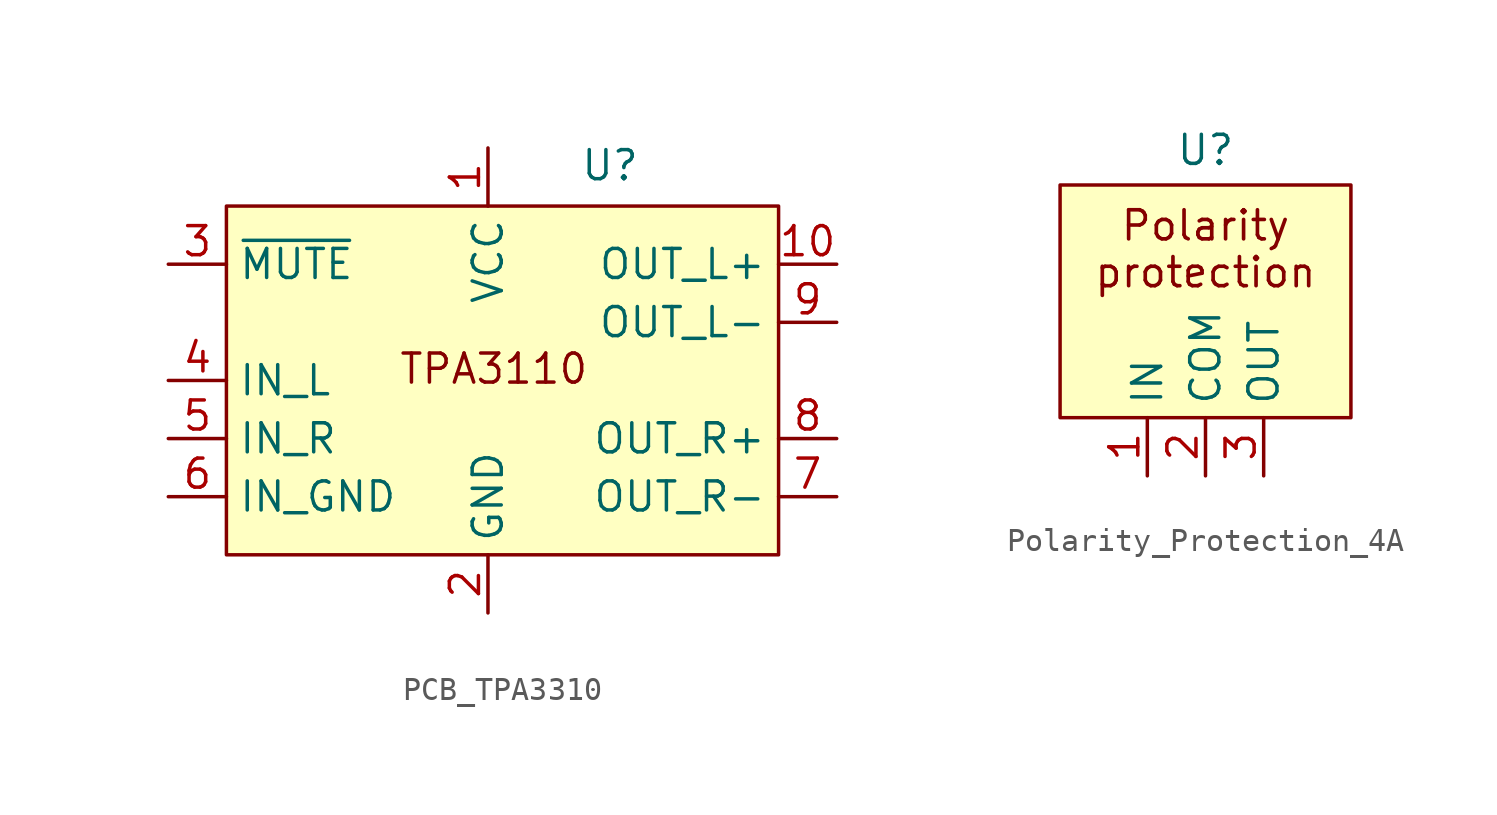
<source format=kicad_sym>
(kicad_symbol_lib
  (version 20241209)
  (generator "kicad_symbol_editor")
  (generator_version "9.0")
  (symbol "PCB_TPA3310"
    (property "Reference" "U"
      (at 5.334 13.208 0)
      (effects (font (size 1.27 1.27))))
    (property "Value" ""
      (at 0 0 0)
      (effects (font (size 1.27 1.27))))
    (symbol "PCB_TPA3310_1_1"
      (rectangle (start -11.43 11.43) (end 12.7 -3.81) (stroke (width 0) (type solid)) (fill (type background)))
      (text "TPA3110" (at 0.254 4.318 0) (effects (font (size 1.27 1.27))))
      (pin input line (at -13.97 8.89 0) (length 2.54) (name "~{MUTE}" (effects (font (size 1.27 1.27)))) (number "3" (effects (font (size 1.27 1.27)))))
      (pin input line (at -13.97 3.81 0) (length 2.54) (name "IN_L" (effects (font (size 1.27 1.27)))) (number "4" (effects (font (size 1.27 1.27)))))
      (pin input line (at -13.97 1.27 0) (length 2.54) (name "IN_R" (effects (font (size 1.27 1.27)))) (number "5" (effects (font (size 1.27 1.27)))))
      (pin input line (at -13.97 -1.27 0) (length 2.54) (name "IN_GND" (effects (font (size 1.27 1.27)))) (number "6" (effects (font (size 1.27 1.27)))))
      (pin power_in line (at 0 13.97 270) (length 2.54) (name "VCC" (effects (font (size 1.27 1.27)))) (number "1" (effects (font (size 1.27 1.27)))))
      (pin power_in line (at 0 -6.35 90) (length 2.54) (name "GND" (effects (font (size 1.27 1.27)))) (number "2" (effects (font (size 1.27 1.27)))))
      (pin output line (at 15.24 8.89 180) (length 2.54) (name "OUT_L+" (effects (font (size 1.27 1.27)))) (number "10" (effects (font (size 1.27 1.27)))))
      (pin output line (at 15.24 6.35 180) (length 2.54) (name "OUT_L-" (effects (font (size 1.27 1.27)))) (number "9" (effects (font (size 1.27 1.27)))))
      (pin output line (at 15.24 1.27 180) (length 2.54) (name "OUT_R+" (effects (font (size 1.27 1.27)))) (number "8" (effects (font (size 1.27 1.27)))))
      (pin output line (at 15.24 -1.27 180) (length 2.54) (name "OUT_R-" (effects (font (size 1.27 1.27)))) (number "7" (effects (font (size 1.27 1.27)))))))
  (symbol "Polarity_Protection_4A"
    (power)
    (property "Reference" "U"
      (at 0 6.604 0)
      (effects (font (size 1.27 1.27))))
    (property "Value" ""
      (at 0 0 0)
      (effects (font (size 1.27 1.27))))
    (symbol "Polarity_Protection_4A_1_1"
      (rectangle (start -6.35 5.08) (end 6.35 -5.08) (stroke (width 0) (type solid)) (fill (type background)))
      (text "Polarity\nprotection" (at 0 2.286 0) (effects (font (size 1.27 1.27) (thickness 0.159))))
      (pin power_in line (at -2.54 -7.62 90) (length 2.54) (name "IN" (effects (font (size 1.27 1.27)))) (number "1" (effects (font (size 1.27 1.27)))))
      (pin passive line (at 0 -7.62 90) (length 2.54) (name "COM" (effects (font (size 1.27 1.27)))) (number "2" (effects (font (size 1.27 1.27)))))
      (pin power_out line (at 2.54 -7.62 90) (length 2.54) (name "OUT" (effects (font (size 1.27 1.27)))) (number "3" (effects (font (size 1.27 1.27))))))))
</source>
